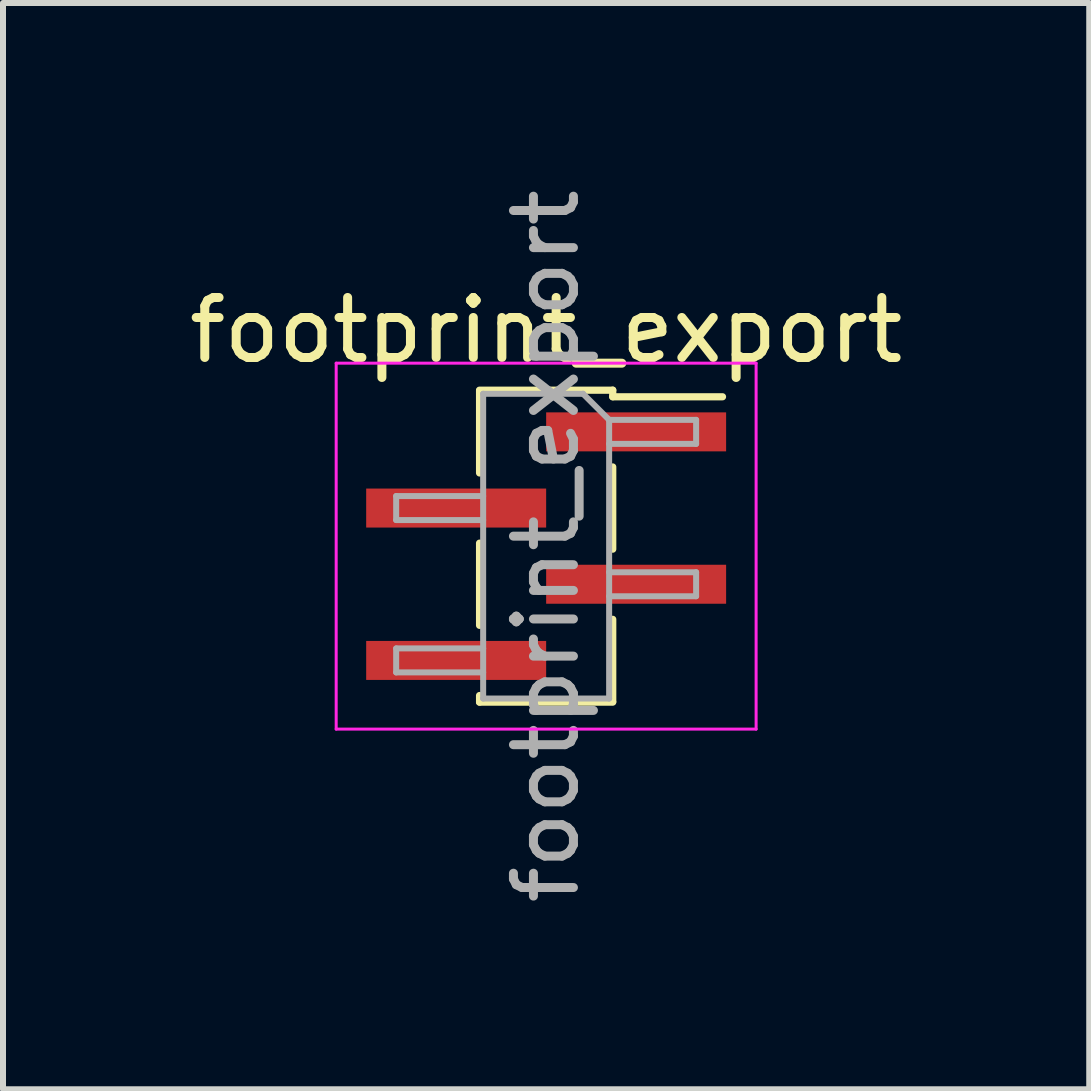
<source format=kicad_pcb>
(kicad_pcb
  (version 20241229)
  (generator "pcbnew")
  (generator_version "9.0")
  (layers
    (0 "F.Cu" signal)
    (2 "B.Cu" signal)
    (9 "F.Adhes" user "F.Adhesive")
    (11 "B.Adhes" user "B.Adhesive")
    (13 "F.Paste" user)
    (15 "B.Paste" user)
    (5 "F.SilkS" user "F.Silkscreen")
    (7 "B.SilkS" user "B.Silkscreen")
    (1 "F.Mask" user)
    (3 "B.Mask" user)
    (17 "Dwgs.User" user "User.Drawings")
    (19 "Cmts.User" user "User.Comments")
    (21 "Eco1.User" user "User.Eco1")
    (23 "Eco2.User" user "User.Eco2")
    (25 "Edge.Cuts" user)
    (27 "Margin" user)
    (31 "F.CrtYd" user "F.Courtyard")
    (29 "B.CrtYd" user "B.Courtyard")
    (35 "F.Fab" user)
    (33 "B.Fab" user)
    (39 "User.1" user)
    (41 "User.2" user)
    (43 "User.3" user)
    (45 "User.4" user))
  (footprint "footprint_export"
    (layer "F.Cu")
    (at 6.054 6.054)
    (property "Reference" "footprint_export" (at 0 -3.6 0) (layer "F.SilkS") (effects (font (size 1 1) (thickness 0.15))))
    (attr smd)
    (fp_line (start -1.11 -2.6) (end 1.11 -2.6) (stroke (width 0.12) (type solid)) (layer "F.SilkS"))
    (fp_line (start -1.11 -2.59) (end -1.11 -1.22) (stroke (width 0.12) (type solid)) (layer "F.SilkS"))
    (fp_line (start -1.11 -0.05) (end -1.11 1.32) (stroke (width 0.12) (type solid)) (layer "F.SilkS"))
    (fp_line (start -1.11 2.49) (end -1.11 2.6) (stroke (width 0.12) (type solid)) (layer "F.SilkS"))
    (fp_line (start -1.11 2.6) (end 1.11 2.6) (stroke (width 0.12) (type solid)) (layer "F.SilkS"))
    (fp_line (start 1.11 -2.6) (end 1.11 -2.49) (stroke (width 0.12) (type solid)) (layer "F.SilkS"))
    (fp_line (start 1.11 -2.49) (end 2.94 -2.49) (stroke (width 0.12) (type solid)) (layer "F.SilkS"))
    (fp_line (start 1.11 -1.32) (end 1.11 0.05) (stroke (width 0.12) (type solid)) (layer "F.SilkS"))
    (fp_line (start 1.11 1.22) (end 1.11 2.59) (stroke (width 0.12) (type solid)) (layer "F.SilkS"))
    (fp_line (start -3.5 -3.05) (end -3.5 3.05) (stroke (width 0.05) (type solid)) (layer "F.CrtYd"))
    (fp_line (start -3.5 3.05) (end 3.5 3.05) (stroke (width 0.05) (type solid)) (layer "F.CrtYd"))
    (fp_line (start 3.5 -3.05) (end -3.5 -3.05) (stroke (width 0.05) (type solid)) (layer "F.CrtYd"))
    (fp_line (start 3.5 3.05) (end 3.5 -3.05) (stroke (width 0.05) (type solid)) (layer "F.CrtYd"))
    (fp_line (start -2.5 -0.835) (end -2.5 -0.435) (stroke (width 0.1) (type solid)) (layer "F.Fab"))
    (fp_line (start -2.5 -0.435) (end -1.05 -0.435) (stroke (width 0.1) (type solid)) (layer "F.Fab"))
    (fp_line (start -2.5 1.705) (end -2.5 2.105) (stroke (width 0.1) (type solid)) (layer "F.Fab"))
    (fp_line (start -2.5 2.105) (end -1.05 2.105) (stroke (width 0.1) (type solid)) (layer "F.Fab"))
    (fp_line (start -1.05 -2.54) (end -1.05 2.54) (stroke (width 0.1) (type solid)) (layer "F.Fab"))
    (fp_line (start -1.05 -2.54) (end 0.615 -2.54) (stroke (width 0.1) (type solid)) (layer "F.Fab"))
    (fp_line (start -1.05 -0.835) (end -2.5 -0.835) (stroke (width 0.1) (type solid)) (layer "F.Fab"))
    (fp_line (start -1.05 1.705) (end -2.5 1.705) (stroke (width 0.1) (type solid)) (layer "F.Fab"))
    (fp_line (start 1.05 -2.105) (end 0.615 -2.54) (stroke (width 0.1) (type solid)) (layer "F.Fab"))
    (fp_line (start 1.05 -2.105) (end 2.5 -2.105) (stroke (width 0.1) (type solid)) (layer "F.Fab"))
    (fp_line (start 1.05 0.435) (end 2.5 0.435) (stroke (width 0.1) (type solid)) (layer "F.Fab"))
    (fp_line (start 1.05 2.54) (end -1.05 2.54) (stroke (width 0.1) (type solid)) (layer "F.Fab"))
    (fp_line (start 1.05 2.54) (end 1.05 -2.105) (stroke (width 0.1) (type solid)) (layer "F.Fab"))
    (fp_line (start 2.5 -2.105) (end 2.5 -1.705) (stroke (width 0.1) (type solid)) (layer "F.Fab"))
    (fp_line (start 2.5 -1.705) (end 1.05 -1.705) (stroke (width 0.1) (type solid)) (layer "F.Fab"))
    (fp_line (start 2.5 0.435) (end 2.5 0.835) (stroke (width 0.1) (type solid)) (layer "F.Fab"))
    (fp_line (start 2.5 0.835) (end 1.05 0.835) (stroke (width 0.1) (type solid)) (layer "F.Fab"))
    (fp_text user "${REFERENCE}" (at 0 0 90) (layer "F.Fab") (effects (font (size 1 1) (thickness 0.15))))
    (pad "1" smd rect (at 1.5 -1.905) (size 3 0.65) (layers "F.Cu" "F.Mask" "F.Paste"))
    (pad "2" smd rect (at -1.5 -0.635) (size 3 0.65) (layers "F.Cu" "F.Mask" "F.Paste"))
    (pad "3" smd rect (at 1.5 0.635) (size 3 0.65) (layers "F.Cu" "F.Mask" "F.Paste"))
    (pad "4" smd rect (at -1.5 1.905) (size 3 0.65) (layers "F.Cu" "F.Mask" "F.Paste")))
  (gr_rect
    (start -3 -3)
    (end 15.107 15.107)
    (stroke (width 0.1) (type default))
    (fill no)
    (layer "Edge.Cuts")))
</source>
